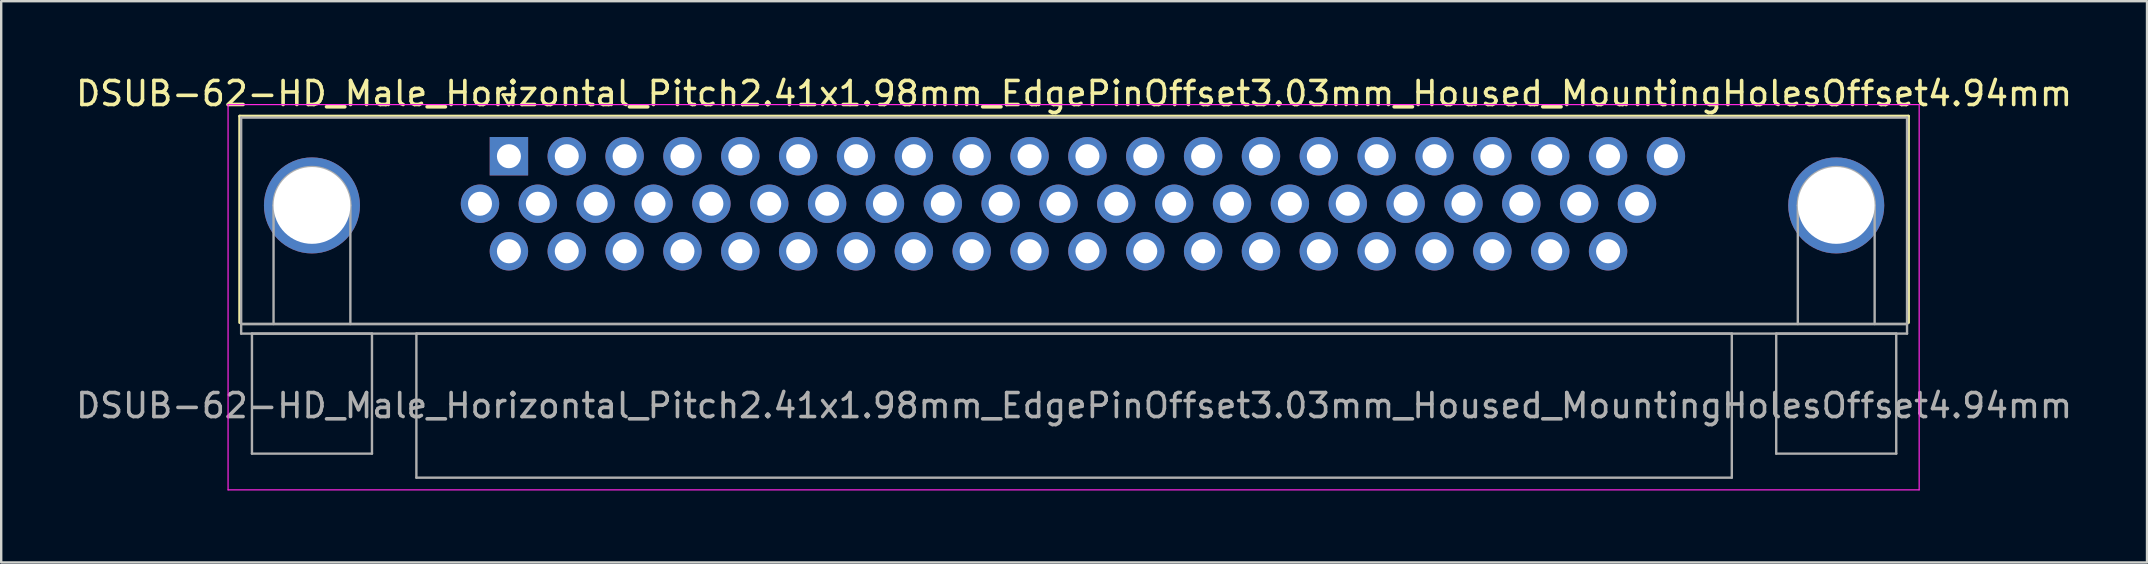
<source format=kicad_pcb>
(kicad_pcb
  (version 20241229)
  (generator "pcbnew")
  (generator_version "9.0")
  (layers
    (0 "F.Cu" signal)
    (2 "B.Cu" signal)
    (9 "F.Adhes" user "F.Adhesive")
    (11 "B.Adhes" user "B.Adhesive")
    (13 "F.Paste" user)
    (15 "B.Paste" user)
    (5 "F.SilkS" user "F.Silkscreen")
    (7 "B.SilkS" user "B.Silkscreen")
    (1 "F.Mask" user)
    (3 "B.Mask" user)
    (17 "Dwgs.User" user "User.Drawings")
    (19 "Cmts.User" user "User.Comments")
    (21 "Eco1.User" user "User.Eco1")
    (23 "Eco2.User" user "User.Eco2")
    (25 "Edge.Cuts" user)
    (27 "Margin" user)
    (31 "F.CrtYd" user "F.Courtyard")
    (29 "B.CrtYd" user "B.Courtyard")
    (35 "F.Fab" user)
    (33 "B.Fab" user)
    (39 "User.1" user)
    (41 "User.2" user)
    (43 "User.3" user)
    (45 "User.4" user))
  (footprint "DSUB-62-HD_Male_Horizontal_Pitch2.41x1.98mm_EdgePinOffset3.03mm_Housed_MountingHolesOffset4.94mm"
    (layer "F.Cu")
    (at 18.151 3.458)
    (property "Reference" "DSUB-62-HD_Male_Horizontal_Pitch2.41x1.98mm_EdgePinOffset3.03mm_Housed_MountingHolesOffset4.94mm" (at 23.545 -2.61 0) (layer "F.SilkS") (effects (font (size 1 1) (thickness 0.15))))
    (attr through_hole)
    (fp_line (start -11.215 -1.67) (end 58.305 -1.67) (stroke (width 0.12) (type solid)) (layer "F.SilkS"))
    (fp_line (start -11.215 6.93) (end -11.215 -1.67) (stroke (width 0.12) (type solid)) (layer "F.SilkS"))
    (fp_line (start -0.25 -2.564) (end 0.25 -2.564) (stroke (width 0.12) (type solid)) (layer "F.SilkS"))
    (fp_line (start 0 -2.131) (end -0.25 -2.564) (stroke (width 0.12) (type solid)) (layer "F.SilkS"))
    (fp_line (start 0.25 -2.564) (end 0 -2.131) (stroke (width 0.12) (type solid)) (layer "F.SilkS"))
    (fp_line (start 58.305 -1.67) (end 58.305 6.93) (stroke (width 0.12) (type solid)) (layer "F.SilkS"))
    (fp_line (start -11.7 -2.15) (end -11.7 13.9) (stroke (width 0.05) (type solid)) (layer "F.CrtYd"))
    (fp_line (start -11.7 13.9) (end 58.75 13.9) (stroke (width 0.05) (type solid)) (layer "F.CrtYd"))
    (fp_line (start 58.75 -2.15) (end -11.7 -2.15) (stroke (width 0.05) (type solid)) (layer "F.CrtYd"))
    (fp_line (start 58.75 13.9) (end 58.75 -2.15) (stroke (width 0.05) (type solid)) (layer "F.CrtYd"))
    (fp_line (start -11.155 -1.61) (end -11.155 6.99) (stroke (width 0.1) (type solid)) (layer "F.Fab"))
    (fp_line (start -11.155 6.99) (end -11.155 7.39) (stroke (width 0.1) (type solid)) (layer "F.Fab"))
    (fp_line (start -11.155 6.99) (end 58.245 6.99) (stroke (width 0.1) (type solid)) (layer "F.Fab"))
    (fp_line (start -11.155 7.39) (end 58.245 7.39) (stroke (width 0.1) (type solid)) (layer "F.Fab"))
    (fp_line (start -10.705 7.39) (end -10.705 12.39) (stroke (width 0.1) (type solid)) (layer "F.Fab"))
    (fp_line (start -10.705 12.39) (end -5.705 12.39) (stroke (width 0.1) (type solid)) (layer "F.Fab"))
    (fp_line (start -9.805 6.99) (end -9.805 2.05) (stroke (width 0.1) (type solid)) (layer "F.Fab"))
    (fp_line (start -6.605 6.99) (end -6.605 2.05) (stroke (width 0.1) (type solid)) (layer "F.Fab"))
    (fp_line (start -5.705 7.39) (end -10.705 7.39) (stroke (width 0.1) (type solid)) (layer "F.Fab"))
    (fp_line (start -5.705 12.39) (end -5.705 7.39) (stroke (width 0.1) (type solid)) (layer "F.Fab"))
    (fp_line (start -3.855 7.39) (end -3.855 13.39) (stroke (width 0.1) (type solid)) (layer "F.Fab"))
    (fp_line (start -3.855 13.39) (end 50.945 13.39) (stroke (width 0.1) (type solid)) (layer "F.Fab"))
    (fp_line (start 50.945 7.39) (end -3.855 7.39) (stroke (width 0.1) (type solid)) (layer "F.Fab"))
    (fp_line (start 50.945 13.39) (end 50.945 7.39) (stroke (width 0.1) (type solid)) (layer "F.Fab"))
    (fp_line (start 52.795 7.39) (end 52.795 12.39) (stroke (width 0.1) (type solid)) (layer "F.Fab"))
    (fp_line (start 52.795 12.39) (end 57.795 12.39) (stroke (width 0.1) (type solid)) (layer "F.Fab"))
    (fp_line (start 53.695 6.99) (end 53.695 2.05) (stroke (width 0.1) (type solid)) (layer "F.Fab"))
    (fp_line (start 56.895 6.99) (end 56.895 2.05) (stroke (width 0.1) (type solid)) (layer "F.Fab"))
    (fp_line (start 57.795 7.39) (end 52.795 7.39) (stroke (width 0.1) (type solid)) (layer "F.Fab"))
    (fp_line (start 57.795 12.39) (end 57.795 7.39) (stroke (width 0.1) (type solid)) (layer "F.Fab"))
    (fp_line (start 58.245 -1.61) (end -11.155 -1.61) (stroke (width 0.1) (type solid)) (layer "F.Fab"))
    (fp_line (start 58.245 6.99) (end -11.155 6.99) (stroke (width 0.1) (type solid)) (layer "F.Fab"))
    (fp_line (start 58.245 6.99) (end 58.245 -1.61) (stroke (width 0.1) (type solid)) (layer "F.Fab"))
    (fp_line (start 58.245 7.39) (end 58.245 6.99) (stroke (width 0.1) (type solid)) (layer "F.Fab"))
    (fp_arc (start -9.805 2.05) (mid -8.205 0.45) (end -6.605 2.05) (stroke (width 0.1) (type solid)) (layer "F.Fab"))
    (fp_arc (start 53.695 2.05) (mid 55.295 0.45) (end 56.895 2.05) (stroke (width 0.1) (type solid)) (layer "F.Fab"))
    (fp_text user "${REFERENCE}" (at 23.545 10.39 0) (layer "F.Fab") (effects (font (size 1 1) (thickness 0.15))))
    (pad "0" thru_hole circle (at -8.205 2.05) (size 4 4) (drill 3.2) (layers "*.Cu" "*.Mask"))
    (pad "0" thru_hole circle (at 55.295 2.05) (size 4 4) (drill 3.2) (layers "*.Cu" "*.Mask"))
    (pad "1" thru_hole rect (at 0 0) (size 1.6 1.6) (drill 1) (layers "*.Cu" "*.Mask"))
    (pad "2" thru_hole circle (at 2.41 0) (size 1.6 1.6) (drill 1) (layers "*.Cu" "*.Mask"))
    (pad "3" thru_hole circle (at 4.82 0) (size 1.6 1.6) (drill 1) (layers "*.Cu" "*.Mask"))
    (pad "4" thru_hole circle (at 7.23 0) (size 1.6 1.6) (drill 1) (layers "*.Cu" "*.Mask"))
    (pad "5" thru_hole circle (at 9.64 0) (size 1.6 1.6) (drill 1) (layers "*.Cu" "*.Mask"))
    (pad "6" thru_hole circle (at 12.05 0) (size 1.6 1.6) (drill 1) (layers "*.Cu" "*.Mask"))
    (pad "7" thru_hole circle (at 14.46 0) (size 1.6 1.6) (drill 1) (layers "*.Cu" "*.Mask"))
    (pad "8" thru_hole circle (at 16.87 0) (size 1.6 1.6) (drill 1) (layers "*.Cu" "*.Mask"))
    (pad "9" thru_hole circle (at 19.28 0) (size 1.6 1.6) (drill 1) (layers "*.Cu" "*.Mask"))
    (pad "10" thru_hole circle (at 21.69 0) (size 1.6 1.6) (drill 1) (layers "*.Cu" "*.Mask"))
    (pad "11" thru_hole circle (at 24.1 0) (size 1.6 1.6) (drill 1) (layers "*.Cu" "*.Mask"))
    (pad "12" thru_hole circle (at 26.51 0) (size 1.6 1.6) (drill 1) (layers "*.Cu" "*.Mask"))
    (pad "13" thru_hole circle (at 28.92 0) (size 1.6 1.6) (drill 1) (layers "*.Cu" "*.Mask"))
    (pad "14" thru_hole circle (at 31.33 0) (size 1.6 1.6) (drill 1) (layers "*.Cu" "*.Mask"))
    (pad "15" thru_hole circle (at 33.74 0) (size 1.6 1.6) (drill 1) (layers "*.Cu" "*.Mask"))
    (pad "16" thru_hole circle (at 36.15 0) (size 1.6 1.6) (drill 1) (layers "*.Cu" "*.Mask"))
    (pad "17" thru_hole circle (at 38.56 0) (size 1.6 1.6) (drill 1) (layers "*.Cu" "*.Mask"))
    (pad "18" thru_hole circle (at 40.97 0) (size 1.6 1.6) (drill 1) (layers "*.Cu" "*.Mask"))
    (pad "19" thru_hole circle (at 43.38 0) (size 1.6 1.6) (drill 1) (layers "*.Cu" "*.Mask"))
    (pad "20" thru_hole circle (at 45.79 0) (size 1.6 1.6) (drill 1) (layers "*.Cu" "*.Mask"))
    (pad "21" thru_hole circle (at 48.2 0) (size 1.6 1.6) (drill 1) (layers "*.Cu" "*.Mask"))
    (pad "22" thru_hole circle (at -1.205 1.98) (size 1.6 1.6) (drill 1) (layers "*.Cu" "*.Mask"))
    (pad "23" thru_hole circle (at 1.205 1.98) (size 1.6 1.6) (drill 1) (layers "*.Cu" "*.Mask"))
    (pad "24" thru_hole circle (at 3.615 1.98) (size 1.6 1.6) (drill 1) (layers "*.Cu" "*.Mask"))
    (pad "25" thru_hole circle (at 6.025 1.98) (size 1.6 1.6) (drill 1) (layers "*.Cu" "*.Mask"))
    (pad "26" thru_hole circle (at 8.435 1.98) (size 1.6 1.6) (drill 1) (layers "*.Cu" "*.Mask"))
    (pad "27" thru_hole circle (at 10.845 1.98) (size 1.6 1.6) (drill 1) (layers "*.Cu" "*.Mask"))
    (pad "28" thru_hole circle (at 13.255 1.98) (size 1.6 1.6) (drill 1) (layers "*.Cu" "*.Mask"))
    (pad "29" thru_hole circle (at 15.665 1.98) (size 1.6 1.6) (drill 1) (layers "*.Cu" "*.Mask"))
    (pad "30" thru_hole circle (at 18.075 1.98) (size 1.6 1.6) (drill 1) (layers "*.Cu" "*.Mask"))
    (pad "31" thru_hole circle (at 20.485 1.98) (size 1.6 1.6) (drill 1) (layers "*.Cu" "*.Mask"))
    (pad "32" thru_hole circle (at 22.895 1.98) (size 1.6 1.6) (drill 1) (layers "*.Cu" "*.Mask"))
    (pad "33" thru_hole circle (at 25.305 1.98) (size 1.6 1.6) (drill 1) (layers "*.Cu" "*.Mask"))
    (pad "34" thru_hole circle (at 27.715 1.98) (size 1.6 1.6) (drill 1) (layers "*.Cu" "*.Mask"))
    (pad "35" thru_hole circle (at 30.125 1.98) (size 1.6 1.6) (drill 1) (layers "*.Cu" "*.Mask"))
    (pad "36" thru_hole circle (at 32.535 1.98) (size 1.6 1.6) (drill 1) (layers "*.Cu" "*.Mask"))
    (pad "37" thru_hole circle (at 34.945 1.98) (size 1.6 1.6) (drill 1) (layers "*.Cu" "*.Mask"))
    (pad "38" thru_hole circle (at 37.355 1.98) (size 1.6 1.6) (drill 1) (layers "*.Cu" "*.Mask"))
    (pad "39" thru_hole circle (at 39.765 1.98) (size 1.6 1.6) (drill 1) (layers "*.Cu" "*.Mask"))
    (pad "40" thru_hole circle (at 42.175 1.98) (size 1.6 1.6) (drill 1) (layers "*.Cu" "*.Mask"))
    (pad "41" thru_hole circle (at 44.585 1.98) (size 1.6 1.6) (drill 1) (layers "*.Cu" "*.Mask"))
    (pad "42" thru_hole circle (at 46.995 1.98) (size 1.6 1.6) (drill 1) (layers "*.Cu" "*.Mask"))
    (pad "43" thru_hole circle (at 0 3.96) (size 1.6 1.6) (drill 1) (layers "*.Cu" "*.Mask"))
    (pad "44" thru_hole circle (at 2.41 3.96) (size 1.6 1.6) (drill 1) (layers "*.Cu" "*.Mask"))
    (pad "45" thru_hole circle (at 4.82 3.96) (size 1.6 1.6) (drill 1) (layers "*.Cu" "*.Mask"))
    (pad "46" thru_hole circle (at 7.23 3.96) (size 1.6 1.6) (drill 1) (layers "*.Cu" "*.Mask"))
    (pad "47" thru_hole circle (at 9.64 3.96) (size 1.6 1.6) (drill 1) (layers "*.Cu" "*.Mask"))
    (pad "48" thru_hole circle (at 12.05 3.96) (size 1.6 1.6) (drill 1) (layers "*.Cu" "*.Mask"))
    (pad "49" thru_hole circle (at 14.46 3.96) (size 1.6 1.6) (drill 1) (layers "*.Cu" "*.Mask"))
    (pad "50" thru_hole circle (at 16.87 3.96) (size 1.6 1.6) (drill 1) (layers "*.Cu" "*.Mask"))
    (pad "51" thru_hole circle (at 19.28 3.96) (size 1.6 1.6) (drill 1) (layers "*.Cu" "*.Mask"))
    (pad "52" thru_hole circle (at 21.69 3.96) (size 1.6 1.6) (drill 1) (layers "*.Cu" "*.Mask"))
    (pad "53" thru_hole circle (at 24.1 3.96) (size 1.6 1.6) (drill 1) (layers "*.Cu" "*.Mask"))
    (pad "54" thru_hole circle (at 26.51 3.96) (size 1.6 1.6) (drill 1) (layers "*.Cu" "*.Mask"))
    (pad "55" thru_hole circle (at 28.92 3.96) (size 1.6 1.6) (drill 1) (layers "*.Cu" "*.Mask"))
    (pad "56" thru_hole circle (at 31.33 3.96) (size 1.6 1.6) (drill 1) (layers "*.Cu" "*.Mask"))
    (pad "57" thru_hole circle (at 33.74 3.96) (size 1.6 1.6) (drill 1) (layers "*.Cu" "*.Mask"))
    (pad "58" thru_hole circle (at 36.15 3.96) (size 1.6 1.6) (drill 1) (layers "*.Cu" "*.Mask"))
    (pad "59" thru_hole circle (at 38.56 3.96) (size 1.6 1.6) (drill 1) (layers "*.Cu" "*.Mask"))
    (pad "60" thru_hole circle (at 40.97 3.96) (size 1.6 1.6) (drill 1) (layers "*.Cu" "*.Mask"))
    (pad "61" thru_hole circle (at 43.38 3.96) (size 1.6 1.6) (drill 1) (layers "*.Cu" "*.Mask"))
    (pad "62" thru_hole circle (at 45.79 3.96) (size 1.6 1.6) (drill 1) (layers "*.Cu" "*.Mask")))
  (gr_rect
    (start -3 -3)
    (end 86.393 20.383)
    (stroke (width 0.1) (type default))
    (fill no)
    (layer "Edge.Cuts")))
</source>
